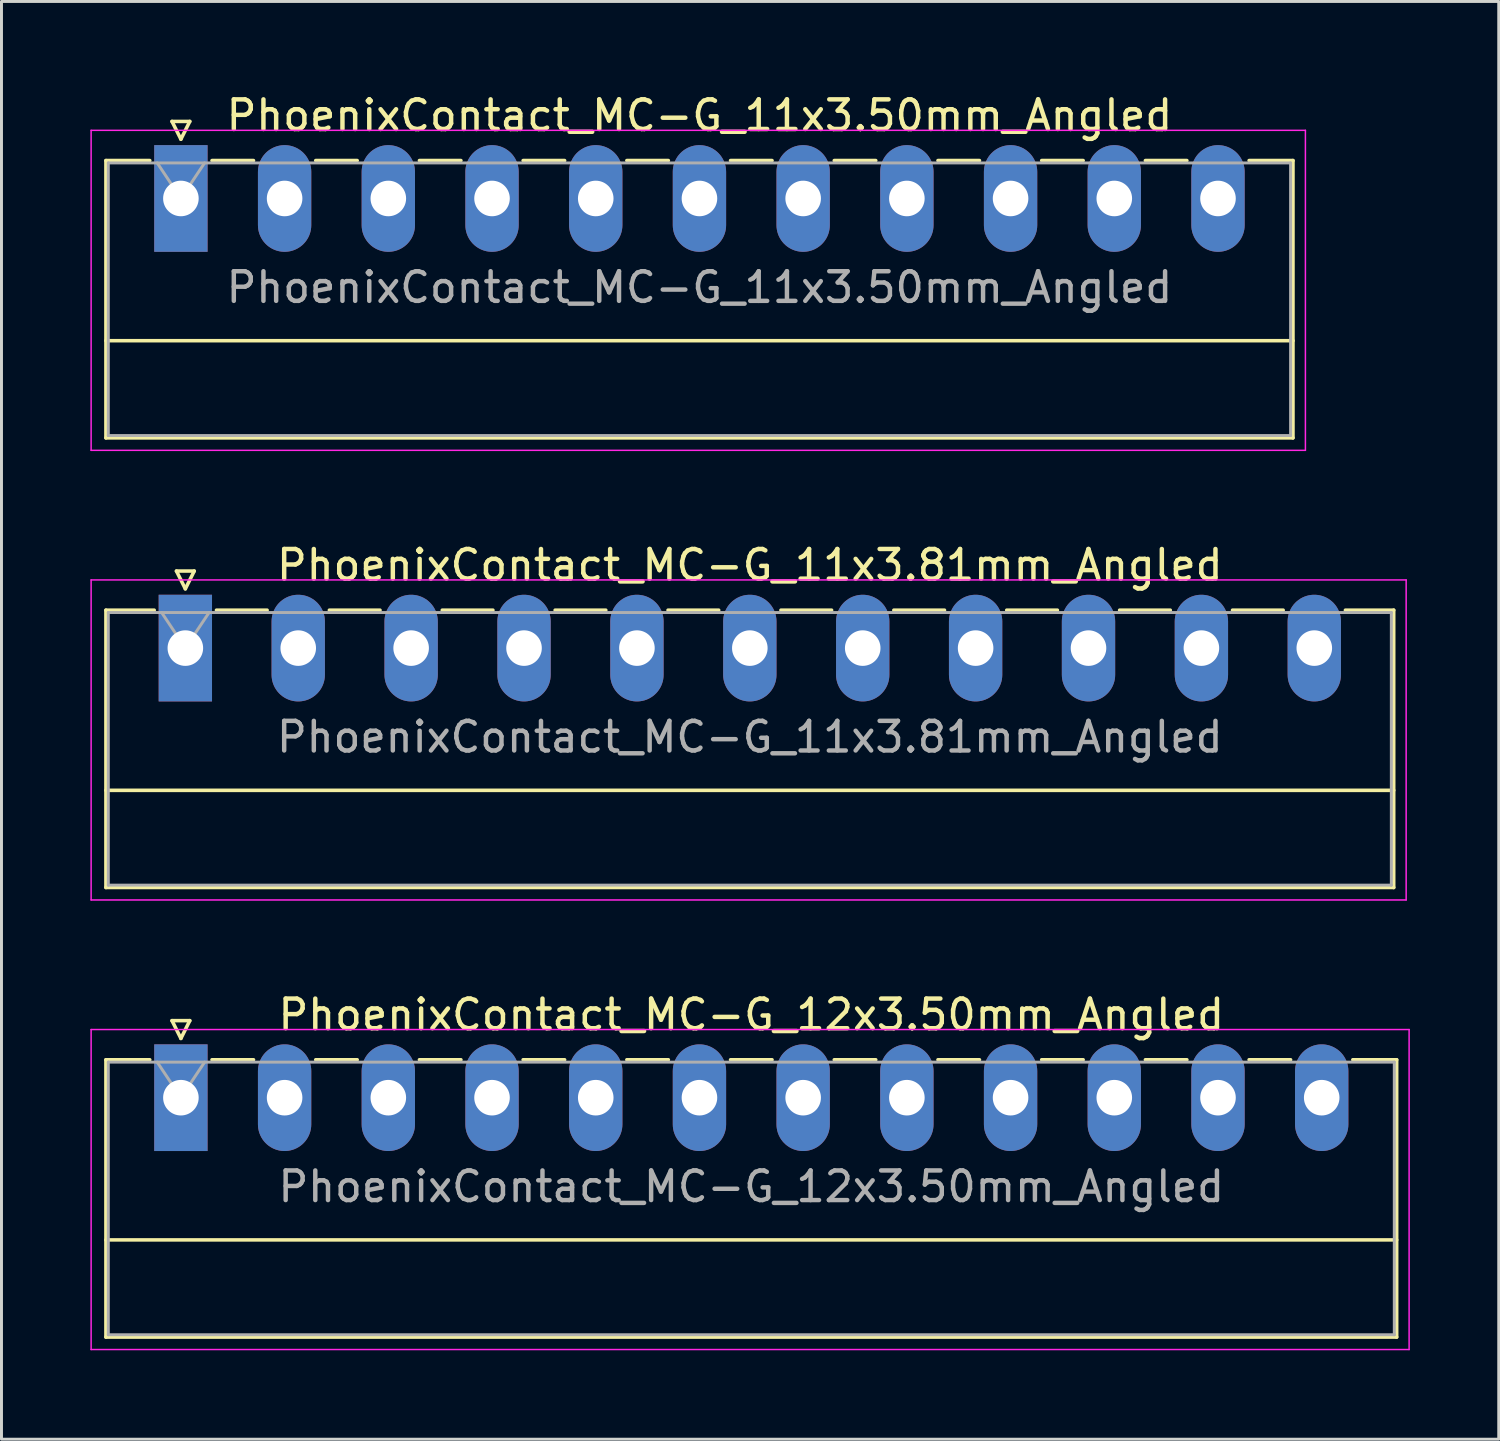
<source format=kicad_pcb>
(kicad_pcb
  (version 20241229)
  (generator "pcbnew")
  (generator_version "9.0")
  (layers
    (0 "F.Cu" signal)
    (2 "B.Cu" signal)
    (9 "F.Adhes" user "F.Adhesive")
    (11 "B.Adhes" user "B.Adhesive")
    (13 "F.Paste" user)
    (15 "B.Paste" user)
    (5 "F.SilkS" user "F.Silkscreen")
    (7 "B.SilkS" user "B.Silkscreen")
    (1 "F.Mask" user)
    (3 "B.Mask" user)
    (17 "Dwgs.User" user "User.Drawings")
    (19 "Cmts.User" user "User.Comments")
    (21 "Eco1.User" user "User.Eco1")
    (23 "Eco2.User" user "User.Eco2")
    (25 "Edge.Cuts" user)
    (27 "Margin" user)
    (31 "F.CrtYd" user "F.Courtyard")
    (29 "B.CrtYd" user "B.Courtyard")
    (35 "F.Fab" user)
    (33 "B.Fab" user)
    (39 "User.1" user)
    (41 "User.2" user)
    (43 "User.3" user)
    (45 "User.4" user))
  (footprint "PhoenixContact_MC-G_11x3.50mm_Angled"
    (layer "F.Cu")
    (at 3.055 3.648)
    (property "Reference" "PhoenixContact_MC-G_11x3.50mm_Angled" (at 17.5 -2.8 0) (layer "F.SilkS") (effects (font (size 1 1) (thickness 0.15))))
    (attr through_hole)
    (fp_line (start -2.53 -1.28) (end -2.53 8.08) (stroke (width 0.12) (type solid)) (layer "F.SilkS"))
    (fp_line (start -2.53 -1.28) (end -1.05 -1.28) (stroke (width 0.12) (type solid)) (layer "F.SilkS"))
    (fp_line (start -2.53 4.8) (end 37.53 4.8) (stroke (width 0.12) (type solid)) (layer "F.SilkS"))
    (fp_line (start -2.53 8.08) (end 37.53 8.08) (stroke (width 0.12) (type solid)) (layer "F.SilkS"))
    (fp_line (start -0.3 -2.6) (end 0.3 -2.6) (stroke (width 0.12) (type solid)) (layer "F.SilkS"))
    (fp_line (start 0 -2) (end -0.3 -2.6) (stroke (width 0.12) (type solid)) (layer "F.SilkS"))
    (fp_line (start 0.3 -2.6) (end 0 -2) (stroke (width 0.12) (type solid)) (layer "F.SilkS"))
    (fp_line (start 1.05 -1.28) (end 2.45 -1.28) (stroke (width 0.12) (type solid)) (layer "F.SilkS"))
    (fp_line (start 4.55 -1.28) (end 5.95 -1.28) (stroke (width 0.12) (type solid)) (layer "F.SilkS"))
    (fp_line (start 8.05 -1.28) (end 9.45 -1.28) (stroke (width 0.12) (type solid)) (layer "F.SilkS"))
    (fp_line (start 11.55 -1.28) (end 12.95 -1.28) (stroke (width 0.12) (type solid)) (layer "F.SilkS"))
    (fp_line (start 15.05 -1.28) (end 16.45 -1.28) (stroke (width 0.12) (type solid)) (layer "F.SilkS"))
    (fp_line (start 18.55 -1.28) (end 19.95 -1.28) (stroke (width 0.12) (type solid)) (layer "F.SilkS"))
    (fp_line (start 22.05 -1.28) (end 23.45 -1.28) (stroke (width 0.12) (type solid)) (layer "F.SilkS"))
    (fp_line (start 25.55 -1.28) (end 26.95 -1.28) (stroke (width 0.12) (type solid)) (layer "F.SilkS"))
    (fp_line (start 29.05 -1.28) (end 30.45 -1.28) (stroke (width 0.12) (type solid)) (layer "F.SilkS"))
    (fp_line (start 32.55 -1.28) (end 33.95 -1.28) (stroke (width 0.12) (type solid)) (layer "F.SilkS"))
    (fp_line (start 37.53 -1.28) (end 36.05 -1.28) (stroke (width 0.12) (type solid)) (layer "F.SilkS"))
    (fp_line (start 37.53 8.08) (end 37.53 -1.28) (stroke (width 0.12) (type solid)) (layer "F.SilkS"))
    (fp_line (start -3.03 -2.3) (end -3.03 8.5) (stroke (width 0.05) (type solid)) (layer "F.CrtYd"))
    (fp_line (start -3.03 8.5) (end 37.95 8.5) (stroke (width 0.05) (type solid)) (layer "F.CrtYd"))
    (fp_line (start 37.95 -2.3) (end -3.03 -2.3) (stroke (width 0.05) (type solid)) (layer "F.CrtYd"))
    (fp_line (start 37.95 8.5) (end 37.95 -2.3) (stroke (width 0.05) (type solid)) (layer "F.CrtYd"))
    (fp_line (start -2.45 -1.2) (end -2.45 8) (stroke (width 0.1) (type solid)) (layer "F.Fab"))
    (fp_line (start -2.45 8) (end 37.45 8) (stroke (width 0.1) (type solid)) (layer "F.Fab"))
    (fp_line (start 0 0) (end -0.8 -1.2) (stroke (width 0.1) (type solid)) (layer "F.Fab"))
    (fp_line (start 0.8 -1.2) (end 0 0) (stroke (width 0.1) (type solid)) (layer "F.Fab"))
    (fp_line (start 37.45 -1.2) (end -2.45 -1.2) (stroke (width 0.1) (type solid)) (layer "F.Fab"))
    (fp_line (start 37.45 8) (end 37.45 -1.2) (stroke (width 0.1) (type solid)) (layer "F.Fab"))
    (fp_text user "${REFERENCE}" (at 17.5 3 0) (layer "F.Fab") (effects (font (size 1 1) (thickness 0.15))))
    (pad "1" thru_hole rect (at 0 0) (size 1.8 3.6) (drill 1.2) (layers "*.Cu" "*.Mask"))
    (pad "2" thru_hole oval (at 3.5 0) (size 1.8 3.6) (drill 1.2) (layers "*.Cu" "*.Mask"))
    (pad "3" thru_hole oval (at 7 0) (size 1.8 3.6) (drill 1.2) (layers "*.Cu" "*.Mask"))
    (pad "4" thru_hole oval (at 10.5 0) (size 1.8 3.6) (drill 1.2) (layers "*.Cu" "*.Mask"))
    (pad "5" thru_hole oval (at 14 0) (size 1.8 3.6) (drill 1.2) (layers "*.Cu" "*.Mask"))
    (pad "6" thru_hole oval (at 17.5 0) (size 1.8 3.6) (drill 1.2) (layers "*.Cu" "*.Mask"))
    (pad "7" thru_hole oval (at 21 0) (size 1.8 3.6) (drill 1.2) (layers "*.Cu" "*.Mask"))
    (pad "8" thru_hole oval (at 24.5 0) (size 1.8 3.6) (drill 1.2) (layers "*.Cu" "*.Mask"))
    (pad "9" thru_hole oval (at 28 0) (size 1.8 3.6) (drill 1.2) (layers "*.Cu" "*.Mask"))
    (pad "10" thru_hole oval (at 31.5 0) (size 1.8 3.6) (drill 1.2) (layers "*.Cu" "*.Mask"))
    (pad "11" thru_hole oval (at 35 0) (size 1.8 3.6) (drill 1.2) (layers "*.Cu" "*.Mask")))
  (footprint "PhoenixContact_MC-G_11x3.81mm_Angled"
    (layer "F.Cu")
    (at 3.205 18.822)
    (property "Reference" "PhoenixContact_MC-G_11x3.81mm_Angled" (at 19.05 -2.8 0) (layer "F.SilkS") (effects (font (size 1 1) (thickness 0.15))))
    (attr through_hole)
    (fp_line (start -2.68 -1.28) (end -2.68 8.08) (stroke (width 0.12) (type solid)) (layer "F.SilkS"))
    (fp_line (start -2.68 -1.28) (end -1.05 -1.28) (stroke (width 0.12) (type solid)) (layer "F.SilkS"))
    (fp_line (start -2.68 4.8) (end 40.78 4.8) (stroke (width 0.12) (type solid)) (layer "F.SilkS"))
    (fp_line (start -2.68 8.08) (end 40.78 8.08) (stroke (width 0.12) (type solid)) (layer "F.SilkS"))
    (fp_line (start -0.3 -2.6) (end 0.3 -2.6) (stroke (width 0.12) (type solid)) (layer "F.SilkS"))
    (fp_line (start 0 -2) (end -0.3 -2.6) (stroke (width 0.12) (type solid)) (layer "F.SilkS"))
    (fp_line (start 0.3 -2.6) (end 0 -2) (stroke (width 0.12) (type solid)) (layer "F.SilkS"))
    (fp_line (start 1.05 -1.28) (end 2.76 -1.28) (stroke (width 0.12) (type solid)) (layer "F.SilkS"))
    (fp_line (start 4.86 -1.28) (end 6.57 -1.28) (stroke (width 0.12) (type solid)) (layer "F.SilkS"))
    (fp_line (start 8.67 -1.28) (end 10.38 -1.28) (stroke (width 0.12) (type solid)) (layer "F.SilkS"))
    (fp_line (start 12.48 -1.28) (end 14.19 -1.28) (stroke (width 0.12) (type solid)) (layer "F.SilkS"))
    (fp_line (start 16.29 -1.28) (end 18 -1.28) (stroke (width 0.12) (type solid)) (layer "F.SilkS"))
    (fp_line (start 20.1 -1.28) (end 21.81 -1.28) (stroke (width 0.12) (type solid)) (layer "F.SilkS"))
    (fp_line (start 23.91 -1.28) (end 25.62 -1.28) (stroke (width 0.12) (type solid)) (layer "F.SilkS"))
    (fp_line (start 27.72 -1.28) (end 29.43 -1.28) (stroke (width 0.12) (type solid)) (layer "F.SilkS"))
    (fp_line (start 31.53 -1.28) (end 33.24 -1.28) (stroke (width 0.12) (type solid)) (layer "F.SilkS"))
    (fp_line (start 35.34 -1.28) (end 37.05 -1.28) (stroke (width 0.12) (type solid)) (layer "F.SilkS"))
    (fp_line (start 40.78 -1.28) (end 39.15 -1.28) (stroke (width 0.12) (type solid)) (layer "F.SilkS"))
    (fp_line (start 40.78 8.08) (end 40.78 -1.28) (stroke (width 0.12) (type solid)) (layer "F.SilkS"))
    (fp_line (start -3.18 -2.3) (end -3.18 8.5) (stroke (width 0.05) (type solid)) (layer "F.CrtYd"))
    (fp_line (start -3.18 8.5) (end 41.2 8.5) (stroke (width 0.05) (type solid)) (layer "F.CrtYd"))
    (fp_line (start 41.2 -2.3) (end -3.18 -2.3) (stroke (width 0.05) (type solid)) (layer "F.CrtYd"))
    (fp_line (start 41.2 8.5) (end 41.2 -2.3) (stroke (width 0.05) (type solid)) (layer "F.CrtYd"))
    (fp_line (start -2.6 -1.2) (end -2.6 8) (stroke (width 0.1) (type solid)) (layer "F.Fab"))
    (fp_line (start -2.6 8) (end 40.7 8) (stroke (width 0.1) (type solid)) (layer "F.Fab"))
    (fp_line (start 0 0) (end -0.8 -1.2) (stroke (width 0.1) (type solid)) (layer "F.Fab"))
    (fp_line (start 0.8 -1.2) (end 0 0) (stroke (width 0.1) (type solid)) (layer "F.Fab"))
    (fp_line (start 40.7 -1.2) (end -2.6 -1.2) (stroke (width 0.1) (type solid)) (layer "F.Fab"))
    (fp_line (start 40.7 8) (end 40.7 -1.2) (stroke (width 0.1) (type solid)) (layer "F.Fab"))
    (fp_text user "${REFERENCE}" (at 19.05 3 0) (layer "F.Fab") (effects (font (size 1 1) (thickness 0.15))))
    (pad "1" thru_hole rect (at 0 0) (size 1.8 3.6) (drill 1.2) (layers "*.Cu" "*.Mask"))
    (pad "2" thru_hole oval (at 3.81 0) (size 1.8 3.6) (drill 1.2) (layers "*.Cu" "*.Mask"))
    (pad "3" thru_hole oval (at 7.62 0) (size 1.8 3.6) (drill 1.2) (layers "*.Cu" "*.Mask"))
    (pad "4" thru_hole oval (at 11.43 0) (size 1.8 3.6) (drill 1.2) (layers "*.Cu" "*.Mask"))
    (pad "5" thru_hole oval (at 15.24 0) (size 1.8 3.6) (drill 1.2) (layers "*.Cu" "*.Mask"))
    (pad "6" thru_hole oval (at 19.05 0) (size 1.8 3.6) (drill 1.2) (layers "*.Cu" "*.Mask"))
    (pad "7" thru_hole oval (at 22.86 0) (size 1.8 3.6) (drill 1.2) (layers "*.Cu" "*.Mask"))
    (pad "8" thru_hole oval (at 26.67 0) (size 1.8 3.6) (drill 1.2) (layers "*.Cu" "*.Mask"))
    (pad "9" thru_hole oval (at 30.48 0) (size 1.8 3.6) (drill 1.2) (layers "*.Cu" "*.Mask"))
    (pad "10" thru_hole oval (at 34.29 0) (size 1.8 3.6) (drill 1.2) (layers "*.Cu" "*.Mask"))
    (pad "11" thru_hole oval (at 38.1 0) (size 1.8 3.6) (drill 1.2) (layers "*.Cu" "*.Mask")))
  (footprint "PhoenixContact_MC-G_12x3.50mm_Angled"
    (layer "F.Cu")
    (at 3.055 33.995)
    (property "Reference" "PhoenixContact_MC-G_12x3.50mm_Angled" (at 19.25 -2.8 0) (layer "F.SilkS") (effects (font (size 1 1) (thickness 0.15))))
    (attr through_hole)
    (fp_line (start -2.53 -1.28) (end -2.53 8.08) (stroke (width 0.12) (type solid)) (layer "F.SilkS"))
    (fp_line (start -2.53 -1.28) (end -1.05 -1.28) (stroke (width 0.12) (type solid)) (layer "F.SilkS"))
    (fp_line (start -2.53 4.8) (end 41.03 4.8) (stroke (width 0.12) (type solid)) (layer "F.SilkS"))
    (fp_line (start -2.53 8.08) (end 41.03 8.08) (stroke (width 0.12) (type solid)) (layer "F.SilkS"))
    (fp_line (start -0.3 -2.6) (end 0.3 -2.6) (stroke (width 0.12) (type solid)) (layer "F.SilkS"))
    (fp_line (start 0 -2) (end -0.3 -2.6) (stroke (width 0.12) (type solid)) (layer "F.SilkS"))
    (fp_line (start 0.3 -2.6) (end 0 -2) (stroke (width 0.12) (type solid)) (layer "F.SilkS"))
    (fp_line (start 1.05 -1.28) (end 2.45 -1.28) (stroke (width 0.12) (type solid)) (layer "F.SilkS"))
    (fp_line (start 4.55 -1.28) (end 5.95 -1.28) (stroke (width 0.12) (type solid)) (layer "F.SilkS"))
    (fp_line (start 8.05 -1.28) (end 9.45 -1.28) (stroke (width 0.12) (type solid)) (layer "F.SilkS"))
    (fp_line (start 11.55 -1.28) (end 12.95 -1.28) (stroke (width 0.12) (type solid)) (layer "F.SilkS"))
    (fp_line (start 15.05 -1.28) (end 16.45 -1.28) (stroke (width 0.12) (type solid)) (layer "F.SilkS"))
    (fp_line (start 18.55 -1.28) (end 19.95 -1.28) (stroke (width 0.12) (type solid)) (layer "F.SilkS"))
    (fp_line (start 22.05 -1.28) (end 23.45 -1.28) (stroke (width 0.12) (type solid)) (layer "F.SilkS"))
    (fp_line (start 25.55 -1.28) (end 26.95 -1.28) (stroke (width 0.12) (type solid)) (layer "F.SilkS"))
    (fp_line (start 29.05 -1.28) (end 30.45 -1.28) (stroke (width 0.12) (type solid)) (layer "F.SilkS"))
    (fp_line (start 32.55 -1.28) (end 33.95 -1.28) (stroke (width 0.12) (type solid)) (layer "F.SilkS"))
    (fp_line (start 36.05 -1.28) (end 37.45 -1.28) (stroke (width 0.12) (type solid)) (layer "F.SilkS"))
    (fp_line (start 41.03 -1.28) (end 39.55 -1.28) (stroke (width 0.12) (type solid)) (layer "F.SilkS"))
    (fp_line (start 41.03 8.08) (end 41.03 -1.28) (stroke (width 0.12) (type solid)) (layer "F.SilkS"))
    (fp_line (start -3.03 -2.3) (end -3.03 8.5) (stroke (width 0.05) (type solid)) (layer "F.CrtYd"))
    (fp_line (start -3.03 8.5) (end 41.45 8.5) (stroke (width 0.05) (type solid)) (layer "F.CrtYd"))
    (fp_line (start 41.45 -2.3) (end -3.03 -2.3) (stroke (width 0.05) (type solid)) (layer "F.CrtYd"))
    (fp_line (start 41.45 8.5) (end 41.45 -2.3) (stroke (width 0.05) (type solid)) (layer "F.CrtYd"))
    (fp_line (start -2.45 -1.2) (end -2.45 8) (stroke (width 0.1) (type solid)) (layer "F.Fab"))
    (fp_line (start -2.45 8) (end 40.95 8) (stroke (width 0.1) (type solid)) (layer "F.Fab"))
    (fp_line (start 0 0) (end -0.8 -1.2) (stroke (width 0.1) (type solid)) (layer "F.Fab"))
    (fp_line (start 0.8 -1.2) (end 0 0) (stroke (width 0.1) (type solid)) (layer "F.Fab"))
    (fp_line (start 40.95 -1.2) (end -2.45 -1.2) (stroke (width 0.1) (type solid)) (layer "F.Fab"))
    (fp_line (start 40.95 8) (end 40.95 -1.2) (stroke (width 0.1) (type solid)) (layer "F.Fab"))
    (fp_text user "${REFERENCE}" (at 19.25 3 0) (layer "F.Fab") (effects (font (size 1 1) (thickness 0.15))))
    (pad "1" thru_hole rect (at 0 0) (size 1.8 3.6) (drill 1.2) (layers "*.Cu" "*.Mask"))
    (pad "2" thru_hole oval (at 3.5 0) (size 1.8 3.6) (drill 1.2) (layers "*.Cu" "*.Mask"))
    (pad "3" thru_hole oval (at 7 0) (size 1.8 3.6) (drill 1.2) (layers "*.Cu" "*.Mask"))
    (pad "4" thru_hole oval (at 10.5 0) (size 1.8 3.6) (drill 1.2) (layers "*.Cu" "*.Mask"))
    (pad "5" thru_hole oval (at 14 0) (size 1.8 3.6) (drill 1.2) (layers "*.Cu" "*.Mask"))
    (pad "6" thru_hole oval (at 17.5 0) (size 1.8 3.6) (drill 1.2) (layers "*.Cu" "*.Mask"))
    (pad "7" thru_hole oval (at 21 0) (size 1.8 3.6) (drill 1.2) (layers "*.Cu" "*.Mask"))
    (pad "8" thru_hole oval (at 24.5 0) (size 1.8 3.6) (drill 1.2) (layers "*.Cu" "*.Mask"))
    (pad "9" thru_hole oval (at 28 0) (size 1.8 3.6) (drill 1.2) (layers "*.Cu" "*.Mask"))
    (pad "10" thru_hole oval (at 31.5 0) (size 1.8 3.6) (drill 1.2) (layers "*.Cu" "*.Mask"))
    (pad "11" thru_hole oval (at 35 0) (size 1.8 3.6) (drill 1.2) (layers "*.Cu" "*.Mask"))
    (pad "12" thru_hole oval (at 38.5 0) (size 1.8 3.6) (drill 1.2) (layers "*.Cu" "*.Mask")))
  (gr_rect
    (start -3 -3)
    (end 47.53 45.52)
    (stroke (width 0.1) (type default))
    (fill no)
    (layer "Edge.Cuts")))
</source>
